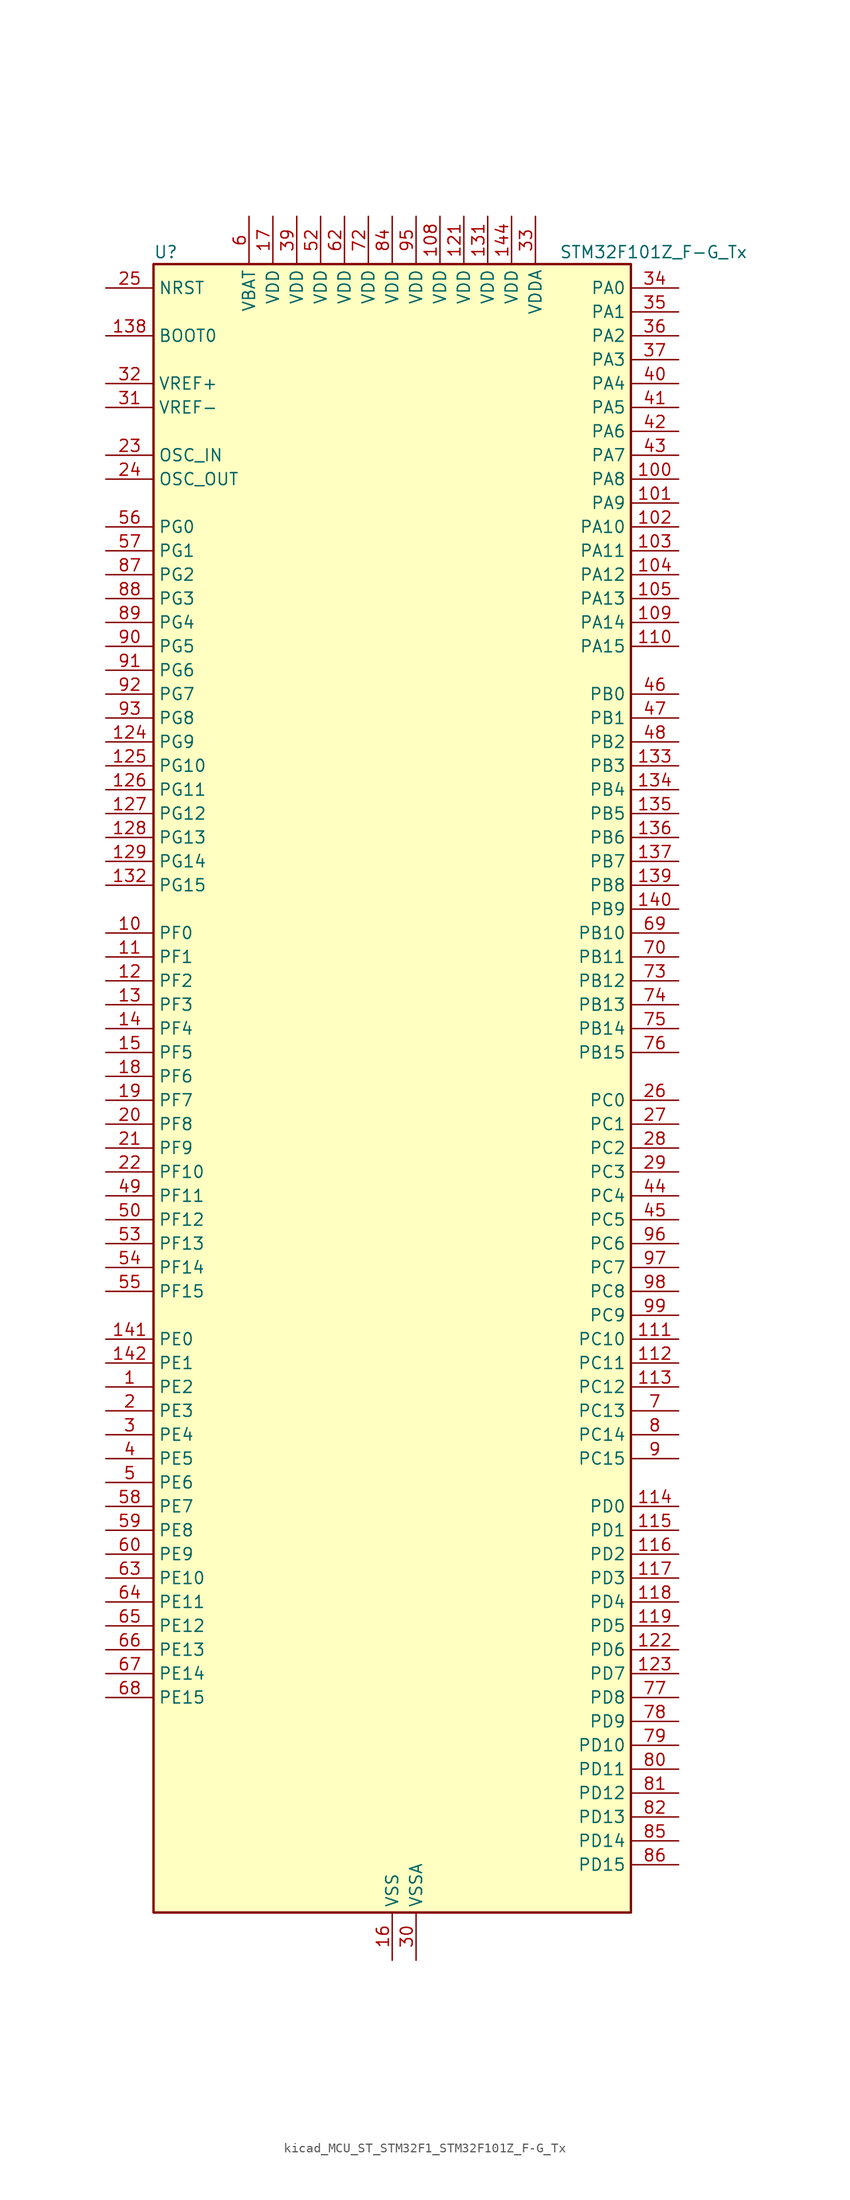
<source format=kicad_sym>
(kicad_symbol_lib
  (version 20220914)
  (generator kicad_symbol_editor)
  (symbol "kicad_MCU_ST_STM32F1_STM32F101Z_F-G_Tx"
    (property "Reference" "U"
      (at -25.4 90.17 0)
      (effects (font (size 1.27 1.27)) (justify left)))
    (property "Value" "STM32F101Z_F-G_Tx"
      (at 17.78 90.17 0)
      (effects (font (size 1.27 1.27)) (justify left)))
    (property "ki_locked" ""
      (at 0 0 0)
      (effects (font (size 1.27 1.27))))
    (symbol "kicad_MCU_ST_STM32F1_STM32F101Z_F-G_Tx_0_1"
      (rectangle (start -25.4 -86.36) (end 25.4 88.9) (stroke (width 0.254) (type default)) (fill (type background))))
    (symbol "kicad_MCU_ST_STM32F1_STM32F101Z_F-G_Tx_1_1"
      (pin bidirectional line (at -30.48 -30.48 0) (length 5.08) (name "PE2" (effects (font (size 1.27 1.27)))) (number "1" (effects (font (size 1.27 1.27)))) (alternate "FSMC_A23" bidirectional line) (alternate "SYS_TRACECLK" bidirectional line))
      (pin bidirectional line (at -30.48 17.78 0) (length 5.08) (name "PF0" (effects (font (size 1.27 1.27)))) (number "10" (effects (font (size 1.27 1.27)))) (alternate "FSMC_A0" bidirectional line))
      (pin bidirectional line (at 30.48 66.04 180) (length 5.08) (name "PA8" (effects (font (size 1.27 1.27)))) (number "100" (effects (font (size 1.27 1.27)))) (alternate "RCC_MCO" bidirectional line) (alternate "USART1_CK" bidirectional line))
      (pin bidirectional line (at 30.48 63.5 180) (length 5.08) (name "PA9" (effects (font (size 1.27 1.27)))) (number "101" (effects (font (size 1.27 1.27)))) (alternate "DAC_EXTI9" bidirectional line) (alternate "USART1_TX" bidirectional line))
      (pin bidirectional line (at 30.48 60.96 180) (length 5.08) (name "PA10" (effects (font (size 1.27 1.27)))) (number "102" (effects (font (size 1.27 1.27)))) (alternate "USART1_RX" bidirectional line))
      (pin bidirectional line (at 30.48 58.42 180) (length 5.08) (name "PA11" (effects (font (size 1.27 1.27)))) (number "103" (effects (font (size 1.27 1.27)))) (alternate "ADC1_EXTI11" bidirectional line) (alternate "USART1_CTS" bidirectional line))
      (pin bidirectional line (at 30.48 55.88 180) (length 5.08) (name "PA12" (effects (font (size 1.27 1.27)))) (number "104" (effects (font (size 1.27 1.27)))) (alternate "USART1_RTS" bidirectional line))
      (pin bidirectional line (at 30.48 53.34 180) (length 5.08) (name "PA13" (effects (font (size 1.27 1.27)))) (number "105" (effects (font (size 1.27 1.27)))) (alternate "SYS_JTMS-SWDIO" bidirectional line))
      (pin no_connect line (at -25.4 -86.36 0) (length 5.08) hide (name "NC" (effects (font (size 1.27 1.27)))) (number "106" (effects (font (size 1.27 1.27)))))
      (pin passive line (at 0 -91.44 90) (length 5.08) hide (name "VSS" (effects (font (size 1.27 1.27)))) (number "107" (effects (font (size 1.27 1.27)))))
      (pin power_in line (at 5.08 93.98 270) (length 5.08) (name "VDD" (effects (font (size 1.27 1.27)))) (number "108" (effects (font (size 1.27 1.27)))))
      (pin bidirectional line (at 30.48 50.8 180) (length 5.08) (name "PA14" (effects (font (size 1.27 1.27)))) (number "109" (effects (font (size 1.27 1.27)))) (alternate "SYS_JTCK-SWCLK" bidirectional line))
      (pin bidirectional line (at -30.48 15.24 0) (length 5.08) (name "PF1" (effects (font (size 1.27 1.27)))) (number "11" (effects (font (size 1.27 1.27)))) (alternate "FSMC_A1" bidirectional line))
      (pin bidirectional line (at 30.48 48.26 180) (length 5.08) (name "PA15" (effects (font (size 1.27 1.27)))) (number "110" (effects (font (size 1.27 1.27)))) (alternate "ADC1_EXTI15" bidirectional line) (alternate "SPI1_NSS" bidirectional line) (alternate "SPI3_NSS" bidirectional line) (alternate "SYS_JTDI" bidirectional line) (alternate "TIM2_CH1" bidirectional line) (alternate "TIM2_ETR" bidirectional line))
      (pin bidirectional line (at 30.48 -25.4 180) (length 5.08) (name "PC10" (effects (font (size 1.27 1.27)))) (number "111" (effects (font (size 1.27 1.27)))) (alternate "UART4_TX" bidirectional line) (alternate "USART3_TX" bidirectional line))
      (pin bidirectional line (at 30.48 -27.94 180) (length 5.08) (name "PC11" (effects (font (size 1.27 1.27)))) (number "112" (effects (font (size 1.27 1.27)))) (alternate "ADC1_EXTI11" bidirectional line) (alternate "UART4_RX" bidirectional line) (alternate "USART3_RX" bidirectional line))
      (pin bidirectional line (at 30.48 -30.48 180) (length 5.08) (name "PC12" (effects (font (size 1.27 1.27)))) (number "113" (effects (font (size 1.27 1.27)))) (alternate "UART5_TX" bidirectional line) (alternate "USART3_CK" bidirectional line))
      (pin bidirectional line (at 30.48 -43.18 180) (length 5.08) (name "PD0" (effects (font (size 1.27 1.27)))) (number "114" (effects (font (size 1.27 1.27)))) (alternate "FSMC_D2" bidirectional line) (alternate "FSMC_DA2" bidirectional line))
      (pin bidirectional line (at 30.48 -45.72 180) (length 5.08) (name "PD1" (effects (font (size 1.27 1.27)))) (number "115" (effects (font (size 1.27 1.27)))) (alternate "FSMC_D3" bidirectional line) (alternate "FSMC_DA3" bidirectional line))
      (pin bidirectional line (at 30.48 -48.26 180) (length 5.08) (name "PD2" (effects (font (size 1.27 1.27)))) (number "116" (effects (font (size 1.27 1.27)))) (alternate "TIM3_ETR" bidirectional line) (alternate "UART5_RX" bidirectional line))
      (pin bidirectional line (at 30.48 -50.8 180) (length 5.08) (name "PD3" (effects (font (size 1.27 1.27)))) (number "117" (effects (font (size 1.27 1.27)))) (alternate "FSMC_CLK" bidirectional line) (alternate "USART2_CTS" bidirectional line))
      (pin bidirectional line (at 30.48 -53.34 180) (length 5.08) (name "PD4" (effects (font (size 1.27 1.27)))) (number "118" (effects (font (size 1.27 1.27)))) (alternate "FSMC_NOE" bidirectional line) (alternate "USART2_RTS" bidirectional line))
      (pin bidirectional line (at 30.48 -55.88 180) (length 5.08) (name "PD5" (effects (font (size 1.27 1.27)))) (number "119" (effects (font (size 1.27 1.27)))) (alternate "FSMC_NWE" bidirectional line) (alternate "USART2_TX" bidirectional line))
      (pin bidirectional line (at -30.48 12.7 0) (length 5.08) (name "PF2" (effects (font (size 1.27 1.27)))) (number "12" (effects (font (size 1.27 1.27)))) (alternate "FSMC_A2" bidirectional line))
      (pin passive line (at 0 -91.44 90) (length 5.08) hide (name "VSS" (effects (font (size 1.27 1.27)))) (number "120" (effects (font (size 1.27 1.27)))))
      (pin power_in line (at 7.62 93.98 270) (length 5.08) (name "VDD" (effects (font (size 1.27 1.27)))) (number "121" (effects (font (size 1.27 1.27)))))
      (pin bidirectional line (at 30.48 -58.42 180) (length 5.08) (name "PD6" (effects (font (size 1.27 1.27)))) (number "122" (effects (font (size 1.27 1.27)))) (alternate "FSMC_NWAIT" bidirectional line) (alternate "USART2_RX" bidirectional line))
      (pin bidirectional line (at 30.48 -60.96 180) (length 5.08) (name "PD7" (effects (font (size 1.27 1.27)))) (number "123" (effects (font (size 1.27 1.27)))) (alternate "FSMC_NCE2" bidirectional line) (alternate "FSMC_NE1" bidirectional line) (alternate "USART2_CK" bidirectional line))
      (pin bidirectional line (at -30.48 38.1 0) (length 5.08) (name "PG9" (effects (font (size 1.27 1.27)))) (number "124" (effects (font (size 1.27 1.27)))) (alternate "DAC_EXTI9" bidirectional line) (alternate "FSMC_NCE3" bidirectional line) (alternate "FSMC_NE2" bidirectional line))
      (pin bidirectional line (at -30.48 35.56 0) (length 5.08) (name "PG10" (effects (font (size 1.27 1.27)))) (number "125" (effects (font (size 1.27 1.27)))) (alternate "FSMC_NCE4_1" bidirectional line) (alternate "FSMC_NE3" bidirectional line))
      (pin bidirectional line (at -30.48 33.02 0) (length 5.08) (name "PG11" (effects (font (size 1.27 1.27)))) (number "126" (effects (font (size 1.27 1.27)))) (alternate "ADC1_EXTI11" bidirectional line) (alternate "FSMC_NCE4_2" bidirectional line))
      (pin bidirectional line (at -30.48 30.48 0) (length 5.08) (name "PG12" (effects (font (size 1.27 1.27)))) (number "127" (effects (font (size 1.27 1.27)))) (alternate "FSMC_NE4" bidirectional line))
      (pin bidirectional line (at -30.48 27.94 0) (length 5.08) (name "PG13" (effects (font (size 1.27 1.27)))) (number "128" (effects (font (size 1.27 1.27)))) (alternate "FSMC_A24" bidirectional line))
      (pin bidirectional line (at -30.48 25.4 0) (length 5.08) (name "PG14" (effects (font (size 1.27 1.27)))) (number "129" (effects (font (size 1.27 1.27)))) (alternate "FSMC_A25" bidirectional line))
      (pin bidirectional line (at -30.48 10.16 0) (length 5.08) (name "PF3" (effects (font (size 1.27 1.27)))) (number "13" (effects (font (size 1.27 1.27)))) (alternate "FSMC_A3" bidirectional line))
      (pin passive line (at 0 -91.44 90) (length 5.08) hide (name "VSS" (effects (font (size 1.27 1.27)))) (number "130" (effects (font (size 1.27 1.27)))))
      (pin power_in line (at 10.16 93.98 270) (length 5.08) (name "VDD" (effects (font (size 1.27 1.27)))) (number "131" (effects (font (size 1.27 1.27)))))
      (pin bidirectional line (at -30.48 22.86 0) (length 5.08) (name "PG15" (effects (font (size 1.27 1.27)))) (number "132" (effects (font (size 1.27 1.27)))) (alternate "ADC1_EXTI15" bidirectional line))
      (pin bidirectional line (at 30.48 35.56 180) (length 5.08) (name "PB3" (effects (font (size 1.27 1.27)))) (number "133" (effects (font (size 1.27 1.27)))) (alternate "SPI1_SCK" bidirectional line) (alternate "SPI3_SCK" bidirectional line) (alternate "SYS_JTDO-TRACESWO" bidirectional line) (alternate "TIM2_CH2" bidirectional line))
      (pin bidirectional line (at 30.48 33.02 180) (length 5.08) (name "PB4" (effects (font (size 1.27 1.27)))) (number "134" (effects (font (size 1.27 1.27)))) (alternate "SPI1_MISO" bidirectional line) (alternate "SPI3_MISO" bidirectional line) (alternate "SYS_NJTRST" bidirectional line) (alternate "TIM3_CH1" bidirectional line))
      (pin bidirectional line (at 30.48 30.48 180) (length 5.08) (name "PB5" (effects (font (size 1.27 1.27)))) (number "135" (effects (font (size 1.27 1.27)))) (alternate "I2C1_SMBA" bidirectional line) (alternate "SPI1_MOSI" bidirectional line) (alternate "SPI3_MOSI" bidirectional line) (alternate "TIM3_CH2" bidirectional line))
      (pin bidirectional line (at 30.48 27.94 180) (length 5.08) (name "PB6" (effects (font (size 1.27 1.27)))) (number "136" (effects (font (size 1.27 1.27)))) (alternate "I2C1_SCL" bidirectional line) (alternate "TIM4_CH1" bidirectional line) (alternate "USART1_TX" bidirectional line))
      (pin bidirectional line (at 30.48 25.4 180) (length 5.08) (name "PB7" (effects (font (size 1.27 1.27)))) (number "137" (effects (font (size 1.27 1.27)))) (alternate "FSMC_NL" bidirectional line) (alternate "I2C1_SDA" bidirectional line) (alternate "TIM4_CH2" bidirectional line) (alternate "USART1_RX" bidirectional line))
      (pin input line (at -30.48 81.28 0) (length 5.08) (name "BOOT0" (effects (font (size 1.27 1.27)))) (number "138" (effects (font (size 1.27 1.27)))))
      (pin bidirectional line (at 30.48 22.86 180) (length 5.08) (name "PB8" (effects (font (size 1.27 1.27)))) (number "139" (effects (font (size 1.27 1.27)))) (alternate "I2C1_SCL" bidirectional line) (alternate "TIM10_CH1" bidirectional line) (alternate "TIM4_CH3" bidirectional line))
      (pin bidirectional line (at -30.48 7.62 0) (length 5.08) (name "PF4" (effects (font (size 1.27 1.27)))) (number "14" (effects (font (size 1.27 1.27)))) (alternate "FSMC_A4" bidirectional line))
      (pin bidirectional line (at 30.48 20.32 180) (length 5.08) (name "PB9" (effects (font (size 1.27 1.27)))) (number "140" (effects (font (size 1.27 1.27)))) (alternate "DAC_EXTI9" bidirectional line) (alternate "I2C1_SDA" bidirectional line) (alternate "TIM11_CH1" bidirectional line) (alternate "TIM4_CH4" bidirectional line))
      (pin bidirectional line (at -30.48 -25.4 0) (length 5.08) (name "PE0" (effects (font (size 1.27 1.27)))) (number "141" (effects (font (size 1.27 1.27)))) (alternate "FSMC_NBL0" bidirectional line) (alternate "TIM4_ETR" bidirectional line))
      (pin bidirectional line (at -30.48 -27.94 0) (length 5.08) (name "PE1" (effects (font (size 1.27 1.27)))) (number "142" (effects (font (size 1.27 1.27)))) (alternate "FSMC_NBL1" bidirectional line))
      (pin passive line (at 0 -91.44 90) (length 5.08) hide (name "VSS" (effects (font (size 1.27 1.27)))) (number "143" (effects (font (size 1.27 1.27)))))
      (pin power_in line (at 12.7 93.98 270) (length 5.08) (name "VDD" (effects (font (size 1.27 1.27)))) (number "144" (effects (font (size 1.27 1.27)))))
      (pin bidirectional line (at -30.48 5.08 0) (length 5.08) (name "PF5" (effects (font (size 1.27 1.27)))) (number "15" (effects (font (size 1.27 1.27)))) (alternate "FSMC_A5" bidirectional line))
      (pin power_in line (at 0 -91.44 90) (length 5.08) (name "VSS" (effects (font (size 1.27 1.27)))) (number "16" (effects (font (size 1.27 1.27)))))
      (pin power_in line (at -12.7 93.98 270) (length 5.08) (name "VDD" (effects (font (size 1.27 1.27)))) (number "17" (effects (font (size 1.27 1.27)))))
      (pin bidirectional line (at -30.48 2.54 0) (length 5.08) (name "PF6" (effects (font (size 1.27 1.27)))) (number "18" (effects (font (size 1.27 1.27)))) (alternate "FSMC_NIORD" bidirectional line) (alternate "TIM10_CH1" bidirectional line))
      (pin bidirectional line (at -30.48 0 0) (length 5.08) (name "PF7" (effects (font (size 1.27 1.27)))) (number "19" (effects (font (size 1.27 1.27)))) (alternate "FSMC_NREG" bidirectional line) (alternate "TIM11_CH1" bidirectional line))
      (pin bidirectional line (at -30.48 -33.02 0) (length 5.08) (name "PE3" (effects (font (size 1.27 1.27)))) (number "2" (effects (font (size 1.27 1.27)))) (alternate "FSMC_A19" bidirectional line) (alternate "SYS_TRACED0" bidirectional line))
      (pin bidirectional line (at -30.48 -2.54 0) (length 5.08) (name "PF8" (effects (font (size 1.27 1.27)))) (number "20" (effects (font (size 1.27 1.27)))) (alternate "FSMC_NIOWR" bidirectional line) (alternate "TIM13_CH1" bidirectional line))
      (pin bidirectional line (at -30.48 -5.08 0) (length 5.08) (name "PF9" (effects (font (size 1.27 1.27)))) (number "21" (effects (font (size 1.27 1.27)))) (alternate "DAC_EXTI9" bidirectional line) (alternate "FSMC_CD" bidirectional line) (alternate "TIM14_CH1" bidirectional line))
      (pin bidirectional line (at -30.48 -7.62 0) (length 5.08) (name "PF10" (effects (font (size 1.27 1.27)))) (number "22" (effects (font (size 1.27 1.27)))) (alternate "FSMC_INTR" bidirectional line))
      (pin input line (at -30.48 68.58 0) (length 5.08) (name "OSC_IN" (effects (font (size 1.27 1.27)))) (number "23" (effects (font (size 1.27 1.27)))) (alternate "RCC_OSC_IN" bidirectional line))
      (pin input line (at -30.48 66.04 0) (length 5.08) (name "OSC_OUT" (effects (font (size 1.27 1.27)))) (number "24" (effects (font (size 1.27 1.27)))) (alternate "RCC_OSC_OUT" bidirectional line))
      (pin input line (at -30.48 86.36 0) (length 5.08) (name "NRST" (effects (font (size 1.27 1.27)))) (number "25" (effects (font (size 1.27 1.27)))))
      (pin bidirectional line (at 30.48 0 180) (length 5.08) (name "PC0" (effects (font (size 1.27 1.27)))) (number "26" (effects (font (size 1.27 1.27)))) (alternate "ADC1_IN10" bidirectional line))
      (pin bidirectional line (at 30.48 -2.54 180) (length 5.08) (name "PC1" (effects (font (size 1.27 1.27)))) (number "27" (effects (font (size 1.27 1.27)))) (alternate "ADC1_IN11" bidirectional line))
      (pin bidirectional line (at 30.48 -5.08 180) (length 5.08) (name "PC2" (effects (font (size 1.27 1.27)))) (number "28" (effects (font (size 1.27 1.27)))) (alternate "ADC1_IN12" bidirectional line))
      (pin bidirectional line (at 30.48 -7.62 180) (length 5.08) (name "PC3" (effects (font (size 1.27 1.27)))) (number "29" (effects (font (size 1.27 1.27)))) (alternate "ADC1_IN13" bidirectional line))
      (pin bidirectional line (at -30.48 -35.56 0) (length 5.08) (name "PE4" (effects (font (size 1.27 1.27)))) (number "3" (effects (font (size 1.27 1.27)))) (alternate "FSMC_A20" bidirectional line) (alternate "SYS_TRACED1" bidirectional line))
      (pin power_in line (at 2.54 -91.44 90) (length 5.08) (name "VSSA" (effects (font (size 1.27 1.27)))) (number "30" (effects (font (size 1.27 1.27)))))
      (pin input line (at -30.48 73.66 0) (length 5.08) (name "VREF-" (effects (font (size 1.27 1.27)))) (number "31" (effects (font (size 1.27 1.27)))))
      (pin input line (at -30.48 76.2 0) (length 5.08) (name "VREF+" (effects (font (size 1.27 1.27)))) (number "32" (effects (font (size 1.27 1.27)))))
      (pin power_in line (at 15.24 93.98 270) (length 5.08) (name "VDDA" (effects (font (size 1.27 1.27)))) (number "33" (effects (font (size 1.27 1.27)))))
      (pin bidirectional line (at 30.48 86.36 180) (length 5.08) (name "PA0" (effects (font (size 1.27 1.27)))) (number "34" (effects (font (size 1.27 1.27)))) (alternate "ADC1_IN0" bidirectional line) (alternate "SYS_WKUP" bidirectional line) (alternate "TIM2_CH1" bidirectional line) (alternate "TIM2_ETR" bidirectional line) (alternate "TIM5_CH1" bidirectional line) (alternate "USART2_CTS" bidirectional line))
      (pin bidirectional line (at 30.48 83.82 180) (length 5.08) (name "PA1" (effects (font (size 1.27 1.27)))) (number "35" (effects (font (size 1.27 1.27)))) (alternate "ADC1_IN1" bidirectional line) (alternate "TIM2_CH2" bidirectional line) (alternate "TIM5_CH2" bidirectional line) (alternate "USART2_RTS" bidirectional line))
      (pin bidirectional line (at 30.48 81.28 180) (length 5.08) (name "PA2" (effects (font (size 1.27 1.27)))) (number "36" (effects (font (size 1.27 1.27)))) (alternate "ADC1_IN2" bidirectional line) (alternate "TIM2_CH3" bidirectional line) (alternate "TIM5_CH3" bidirectional line) (alternate "TIM9_CH1" bidirectional line) (alternate "USART2_TX" bidirectional line))
      (pin bidirectional line (at 30.48 78.74 180) (length 5.08) (name "PA3" (effects (font (size 1.27 1.27)))) (number "37" (effects (font (size 1.27 1.27)))) (alternate "ADC1_IN3" bidirectional line) (alternate "TIM2_CH4" bidirectional line) (alternate "TIM5_CH4" bidirectional line) (alternate "TIM9_CH2" bidirectional line) (alternate "USART2_RX" bidirectional line))
      (pin passive line (at 0 -91.44 90) (length 5.08) hide (name "VSS" (effects (font (size 1.27 1.27)))) (number "38" (effects (font (size 1.27 1.27)))))
      (pin power_in line (at -10.16 93.98 270) (length 5.08) (name "VDD" (effects (font (size 1.27 1.27)))) (number "39" (effects (font (size 1.27 1.27)))))
      (pin bidirectional line (at -30.48 -38.1 0) (length 5.08) (name "PE5" (effects (font (size 1.27 1.27)))) (number "4" (effects (font (size 1.27 1.27)))) (alternate "FSMC_A21" bidirectional line) (alternate "SYS_TRACED2" bidirectional line) (alternate "TIM9_CH1" bidirectional line))
      (pin bidirectional line (at 30.48 76.2 180) (length 5.08) (name "PA4" (effects (font (size 1.27 1.27)))) (number "40" (effects (font (size 1.27 1.27)))) (alternate "ADC1_IN4" bidirectional line) (alternate "DAC_OUT1" bidirectional line) (alternate "SPI1_NSS" bidirectional line) (alternate "USART2_CK" bidirectional line))
      (pin bidirectional line (at 30.48 73.66 180) (length 5.08) (name "PA5" (effects (font (size 1.27 1.27)))) (number "41" (effects (font (size 1.27 1.27)))) (alternate "ADC1_IN5" bidirectional line) (alternate "DAC_OUT2" bidirectional line) (alternate "SPI1_SCK" bidirectional line))
      (pin bidirectional line (at 30.48 71.12 180) (length 5.08) (name "PA6" (effects (font (size 1.27 1.27)))) (number "42" (effects (font (size 1.27 1.27)))) (alternate "ADC1_IN6" bidirectional line) (alternate "SPI1_MISO" bidirectional line) (alternate "TIM13_CH1" bidirectional line) (alternate "TIM3_CH1" bidirectional line))
      (pin bidirectional line (at 30.48 68.58 180) (length 5.08) (name "PA7" (effects (font (size 1.27 1.27)))) (number "43" (effects (font (size 1.27 1.27)))) (alternate "ADC1_IN7" bidirectional line) (alternate "SPI1_MOSI" bidirectional line) (alternate "TIM14_CH1" bidirectional line) (alternate "TIM3_CH2" bidirectional line))
      (pin bidirectional line (at 30.48 -10.16 180) (length 5.08) (name "PC4" (effects (font (size 1.27 1.27)))) (number "44" (effects (font (size 1.27 1.27)))) (alternate "ADC1_IN14" bidirectional line))
      (pin bidirectional line (at 30.48 -12.7 180) (length 5.08) (name "PC5" (effects (font (size 1.27 1.27)))) (number "45" (effects (font (size 1.27 1.27)))) (alternate "ADC1_IN15" bidirectional line))
      (pin bidirectional line (at 30.48 43.18 180) (length 5.08) (name "PB0" (effects (font (size 1.27 1.27)))) (number "46" (effects (font (size 1.27 1.27)))) (alternate "ADC1_IN8" bidirectional line) (alternate "TIM3_CH3" bidirectional line))
      (pin bidirectional line (at 30.48 40.64 180) (length 5.08) (name "PB1" (effects (font (size 1.27 1.27)))) (number "47" (effects (font (size 1.27 1.27)))) (alternate "ADC1_IN9" bidirectional line) (alternate "TIM3_CH4" bidirectional line))
      (pin bidirectional line (at 30.48 38.1 180) (length 5.08) (name "PB2" (effects (font (size 1.27 1.27)))) (number "48" (effects (font (size 1.27 1.27)))))
      (pin bidirectional line (at -30.48 -10.16 0) (length 5.08) (name "PF11" (effects (font (size 1.27 1.27)))) (number "49" (effects (font (size 1.27 1.27)))) (alternate "ADC1_EXTI11" bidirectional line) (alternate "FSMC_NIOS16" bidirectional line))
      (pin bidirectional line (at -30.48 -40.64 0) (length 5.08) (name "PE6" (effects (font (size 1.27 1.27)))) (number "5" (effects (font (size 1.27 1.27)))) (alternate "FSMC_A22" bidirectional line) (alternate "SYS_TRACED3" bidirectional line) (alternate "TIM9_CH2" bidirectional line))
      (pin bidirectional line (at -30.48 -12.7 0) (length 5.08) (name "PF12" (effects (font (size 1.27 1.27)))) (number "50" (effects (font (size 1.27 1.27)))) (alternate "FSMC_A6" bidirectional line))
      (pin passive line (at 0 -91.44 90) (length 5.08) hide (name "VSS" (effects (font (size 1.27 1.27)))) (number "51" (effects (font (size 1.27 1.27)))))
      (pin power_in line (at -7.62 93.98 270) (length 5.08) (name "VDD" (effects (font (size 1.27 1.27)))) (number "52" (effects (font (size 1.27 1.27)))))
      (pin bidirectional line (at -30.48 -15.24 0) (length 5.08) (name "PF13" (effects (font (size 1.27 1.27)))) (number "53" (effects (font (size 1.27 1.27)))) (alternate "FSMC_A7" bidirectional line))
      (pin bidirectional line (at -30.48 -17.78 0) (length 5.08) (name "PF14" (effects (font (size 1.27 1.27)))) (number "54" (effects (font (size 1.27 1.27)))) (alternate "FSMC_A8" bidirectional line))
      (pin bidirectional line (at -30.48 -20.32 0) (length 5.08) (name "PF15" (effects (font (size 1.27 1.27)))) (number "55" (effects (font (size 1.27 1.27)))) (alternate "ADC1_EXTI15" bidirectional line) (alternate "FSMC_A9" bidirectional line))
      (pin bidirectional line (at -30.48 60.96 0) (length 5.08) (name "PG0" (effects (font (size 1.27 1.27)))) (number "56" (effects (font (size 1.27 1.27)))) (alternate "FSMC_A10" bidirectional line))
      (pin bidirectional line (at -30.48 58.42 0) (length 5.08) (name "PG1" (effects (font (size 1.27 1.27)))) (number "57" (effects (font (size 1.27 1.27)))) (alternate "FSMC_A11" bidirectional line))
      (pin bidirectional line (at -30.48 -43.18 0) (length 5.08) (name "PE7" (effects (font (size 1.27 1.27)))) (number "58" (effects (font (size 1.27 1.27)))) (alternate "FSMC_D4" bidirectional line) (alternate "FSMC_DA4" bidirectional line))
      (pin bidirectional line (at -30.48 -45.72 0) (length 5.08) (name "PE8" (effects (font (size 1.27 1.27)))) (number "59" (effects (font (size 1.27 1.27)))) (alternate "FSMC_D5" bidirectional line) (alternate "FSMC_DA5" bidirectional line))
      (pin power_in line (at -15.24 93.98 270) (length 5.08) (name "VBAT" (effects (font (size 1.27 1.27)))) (number "6" (effects (font (size 1.27 1.27)))))
      (pin bidirectional line (at -30.48 -48.26 0) (length 5.08) (name "PE9" (effects (font (size 1.27 1.27)))) (number "60" (effects (font (size 1.27 1.27)))) (alternate "DAC_EXTI9" bidirectional line) (alternate "FSMC_D6" bidirectional line) (alternate "FSMC_DA6" bidirectional line))
      (pin passive line (at 0 -91.44 90) (length 5.08) hide (name "VSS" (effects (font (size 1.27 1.27)))) (number "61" (effects (font (size 1.27 1.27)))))
      (pin power_in line (at -5.08 93.98 270) (length 5.08) (name "VDD" (effects (font (size 1.27 1.27)))) (number "62" (effects (font (size 1.27 1.27)))))
      (pin bidirectional line (at -30.48 -50.8 0) (length 5.08) (name "PE10" (effects (font (size 1.27 1.27)))) (number "63" (effects (font (size 1.27 1.27)))) (alternate "FSMC_D7" bidirectional line) (alternate "FSMC_DA7" bidirectional line))
      (pin bidirectional line (at -30.48 -53.34 0) (length 5.08) (name "PE11" (effects (font (size 1.27 1.27)))) (number "64" (effects (font (size 1.27 1.27)))) (alternate "ADC1_EXTI11" bidirectional line) (alternate "FSMC_D8" bidirectional line) (alternate "FSMC_DA8" bidirectional line))
      (pin bidirectional line (at -30.48 -55.88 0) (length 5.08) (name "PE12" (effects (font (size 1.27 1.27)))) (number "65" (effects (font (size 1.27 1.27)))) (alternate "FSMC_D9" bidirectional line) (alternate "FSMC_DA9" bidirectional line))
      (pin bidirectional line (at -30.48 -58.42 0) (length 5.08) (name "PE13" (effects (font (size 1.27 1.27)))) (number "66" (effects (font (size 1.27 1.27)))) (alternate "FSMC_D10" bidirectional line) (alternate "FSMC_DA10" bidirectional line))
      (pin bidirectional line (at -30.48 -60.96 0) (length 5.08) (name "PE14" (effects (font (size 1.27 1.27)))) (number "67" (effects (font (size 1.27 1.27)))) (alternate "FSMC_D11" bidirectional line) (alternate "FSMC_DA11" bidirectional line))
      (pin bidirectional line (at -30.48 -63.5 0) (length 5.08) (name "PE15" (effects (font (size 1.27 1.27)))) (number "68" (effects (font (size 1.27 1.27)))) (alternate "ADC1_EXTI15" bidirectional line) (alternate "FSMC_D12" bidirectional line) (alternate "FSMC_DA12" bidirectional line))
      (pin bidirectional line (at 30.48 17.78 180) (length 5.08) (name "PB10" (effects (font (size 1.27 1.27)))) (number "69" (effects (font (size 1.27 1.27)))) (alternate "I2C2_SCL" bidirectional line) (alternate "TIM2_CH3" bidirectional line) (alternate "USART3_TX" bidirectional line))
      (pin bidirectional line (at 30.48 -33.02 180) (length 5.08) (name "PC13" (effects (font (size 1.27 1.27)))) (number "7" (effects (font (size 1.27 1.27)))) (alternate "RTC_OUT" bidirectional line) (alternate "RTC_TAMPER" bidirectional line))
      (pin bidirectional line (at 30.48 15.24 180) (length 5.08) (name "PB11" (effects (font (size 1.27 1.27)))) (number "70" (effects (font (size 1.27 1.27)))) (alternate "ADC1_EXTI11" bidirectional line) (alternate "I2C2_SDA" bidirectional line) (alternate "TIM2_CH4" bidirectional line) (alternate "USART3_RX" bidirectional line))
      (pin passive line (at 0 -91.44 90) (length 5.08) hide (name "VSS" (effects (font (size 1.27 1.27)))) (number "71" (effects (font (size 1.27 1.27)))))
      (pin power_in line (at -2.54 93.98 270) (length 5.08) (name "VDD" (effects (font (size 1.27 1.27)))) (number "72" (effects (font (size 1.27 1.27)))))
      (pin bidirectional line (at 30.48 12.7 180) (length 5.08) (name "PB12" (effects (font (size 1.27 1.27)))) (number "73" (effects (font (size 1.27 1.27)))) (alternate "I2C2_SMBA" bidirectional line) (alternate "SPI2_NSS" bidirectional line) (alternate "USART3_CK" bidirectional line))
      (pin bidirectional line (at 30.48 10.16 180) (length 5.08) (name "PB13" (effects (font (size 1.27 1.27)))) (number "74" (effects (font (size 1.27 1.27)))) (alternate "SPI2_SCK" bidirectional line) (alternate "USART3_CTS" bidirectional line))
      (pin bidirectional line (at 30.48 7.62 180) (length 5.08) (name "PB14" (effects (font (size 1.27 1.27)))) (number "75" (effects (font (size 1.27 1.27)))) (alternate "SPI2_MISO" bidirectional line) (alternate "TIM12_CH1" bidirectional line) (alternate "USART3_RTS" bidirectional line))
      (pin bidirectional line (at 30.48 5.08 180) (length 5.08) (name "PB15" (effects (font (size 1.27 1.27)))) (number "76" (effects (font (size 1.27 1.27)))) (alternate "ADC1_EXTI15" bidirectional line) (alternate "SPI2_MOSI" bidirectional line) (alternate "TIM12_CH2" bidirectional line))
      (pin bidirectional line (at 30.48 -63.5 180) (length 5.08) (name "PD8" (effects (font (size 1.27 1.27)))) (number "77" (effects (font (size 1.27 1.27)))) (alternate "FSMC_D13" bidirectional line) (alternate "FSMC_DA13" bidirectional line) (alternate "USART3_TX" bidirectional line))
      (pin bidirectional line (at 30.48 -66.04 180) (length 5.08) (name "PD9" (effects (font (size 1.27 1.27)))) (number "78" (effects (font (size 1.27 1.27)))) (alternate "DAC_EXTI9" bidirectional line) (alternate "FSMC_D14" bidirectional line) (alternate "FSMC_DA14" bidirectional line) (alternate "USART3_RX" bidirectional line))
      (pin bidirectional line (at 30.48 -68.58 180) (length 5.08) (name "PD10" (effects (font (size 1.27 1.27)))) (number "79" (effects (font (size 1.27 1.27)))) (alternate "FSMC_D15" bidirectional line) (alternate "FSMC_DA15" bidirectional line) (alternate "USART3_CK" bidirectional line))
      (pin bidirectional line (at 30.48 -35.56 180) (length 5.08) (name "PC14" (effects (font (size 1.27 1.27)))) (number "8" (effects (font (size 1.27 1.27)))) (alternate "RCC_OSC32_IN" bidirectional line))
      (pin bidirectional line (at 30.48 -71.12 180) (length 5.08) (name "PD11" (effects (font (size 1.27 1.27)))) (number "80" (effects (font (size 1.27 1.27)))) (alternate "ADC1_EXTI11" bidirectional line) (alternate "FSMC_A16" bidirectional line) (alternate "FSMC_CLE" bidirectional line) (alternate "USART3_CTS" bidirectional line))
      (pin bidirectional line (at 30.48 -73.66 180) (length 5.08) (name "PD12" (effects (font (size 1.27 1.27)))) (number "81" (effects (font (size 1.27 1.27)))) (alternate "FSMC_A17" bidirectional line) (alternate "FSMC_ALE" bidirectional line) (alternate "TIM4_CH1" bidirectional line) (alternate "USART3_RTS" bidirectional line))
      (pin bidirectional line (at 30.48 -76.2 180) (length 5.08) (name "PD13" (effects (font (size 1.27 1.27)))) (number "82" (effects (font (size 1.27 1.27)))) (alternate "FSMC_A18" bidirectional line) (alternate "TIM4_CH2" bidirectional line))
      (pin passive line (at 0 -91.44 90) (length 5.08) hide (name "VSS" (effects (font (size 1.27 1.27)))) (number "83" (effects (font (size 1.27 1.27)))))
      (pin power_in line (at 0 93.98 270) (length 5.08) (name "VDD" (effects (font (size 1.27 1.27)))) (number "84" (effects (font (size 1.27 1.27)))))
      (pin bidirectional line (at 30.48 -78.74 180) (length 5.08) (name "PD14" (effects (font (size 1.27 1.27)))) (number "85" (effects (font (size 1.27 1.27)))) (alternate "FSMC_D0" bidirectional line) (alternate "FSMC_DA0" bidirectional line) (alternate "TIM4_CH3" bidirectional line))
      (pin bidirectional line (at 30.48 -81.28 180) (length 5.08) (name "PD15" (effects (font (size 1.27 1.27)))) (number "86" (effects (font (size 1.27 1.27)))) (alternate "ADC1_EXTI15" bidirectional line) (alternate "FSMC_D1" bidirectional line) (alternate "FSMC_DA1" bidirectional line) (alternate "TIM4_CH4" bidirectional line))
      (pin bidirectional line (at -30.48 55.88 0) (length 5.08) (name "PG2" (effects (font (size 1.27 1.27)))) (number "87" (effects (font (size 1.27 1.27)))) (alternate "FSMC_A12" bidirectional line))
      (pin bidirectional line (at -30.48 53.34 0) (length 5.08) (name "PG3" (effects (font (size 1.27 1.27)))) (number "88" (effects (font (size 1.27 1.27)))) (alternate "FSMC_A13" bidirectional line))
      (pin bidirectional line (at -30.48 50.8 0) (length 5.08) (name "PG4" (effects (font (size 1.27 1.27)))) (number "89" (effects (font (size 1.27 1.27)))) (alternate "FSMC_A14" bidirectional line))
      (pin bidirectional line (at 30.48 -38.1 180) (length 5.08) (name "PC15" (effects (font (size 1.27 1.27)))) (number "9" (effects (font (size 1.27 1.27)))) (alternate "ADC1_EXTI15" bidirectional line) (alternate "RCC_OSC32_OUT" bidirectional line))
      (pin bidirectional line (at -30.48 48.26 0) (length 5.08) (name "PG5" (effects (font (size 1.27 1.27)))) (number "90" (effects (font (size 1.27 1.27)))) (alternate "FSMC_A15" bidirectional line))
      (pin bidirectional line (at -30.48 45.72 0) (length 5.08) (name "PG6" (effects (font (size 1.27 1.27)))) (number "91" (effects (font (size 1.27 1.27)))) (alternate "FSMC_INT2" bidirectional line))
      (pin bidirectional line (at -30.48 43.18 0) (length 5.08) (name "PG7" (effects (font (size 1.27 1.27)))) (number "92" (effects (font (size 1.27 1.27)))) (alternate "FSMC_INT3" bidirectional line))
      (pin bidirectional line (at -30.48 40.64 0) (length 5.08) (name "PG8" (effects (font (size 1.27 1.27)))) (number "93" (effects (font (size 1.27 1.27)))))
      (pin passive line (at 0 -91.44 90) (length 5.08) hide (name "VSS" (effects (font (size 1.27 1.27)))) (number "94" (effects (font (size 1.27 1.27)))))
      (pin power_in line (at 2.54 93.98 270) (length 5.08) (name "VDD" (effects (font (size 1.27 1.27)))) (number "95" (effects (font (size 1.27 1.27)))))
      (pin bidirectional line (at 30.48 -15.24 180) (length 5.08) (name "PC6" (effects (font (size 1.27 1.27)))) (number "96" (effects (font (size 1.27 1.27)))) (alternate "TIM3_CH1" bidirectional line))
      (pin bidirectional line (at 30.48 -17.78 180) (length 5.08) (name "PC7" (effects (font (size 1.27 1.27)))) (number "97" (effects (font (size 1.27 1.27)))) (alternate "TIM3_CH2" bidirectional line))
      (pin bidirectional line (at 30.48 -20.32 180) (length 5.08) (name "PC8" (effects (font (size 1.27 1.27)))) (number "98" (effects (font (size 1.27 1.27)))) (alternate "TIM3_CH3" bidirectional line))
      (pin bidirectional line (at 30.48 -22.86 180) (length 5.08) (name "PC9" (effects (font (size 1.27 1.27)))) (number "99" (effects (font (size 1.27 1.27)))) (alternate "DAC_EXTI9" bidirectional line) (alternate "TIM3_CH4" bidirectional line)))))
</source>
